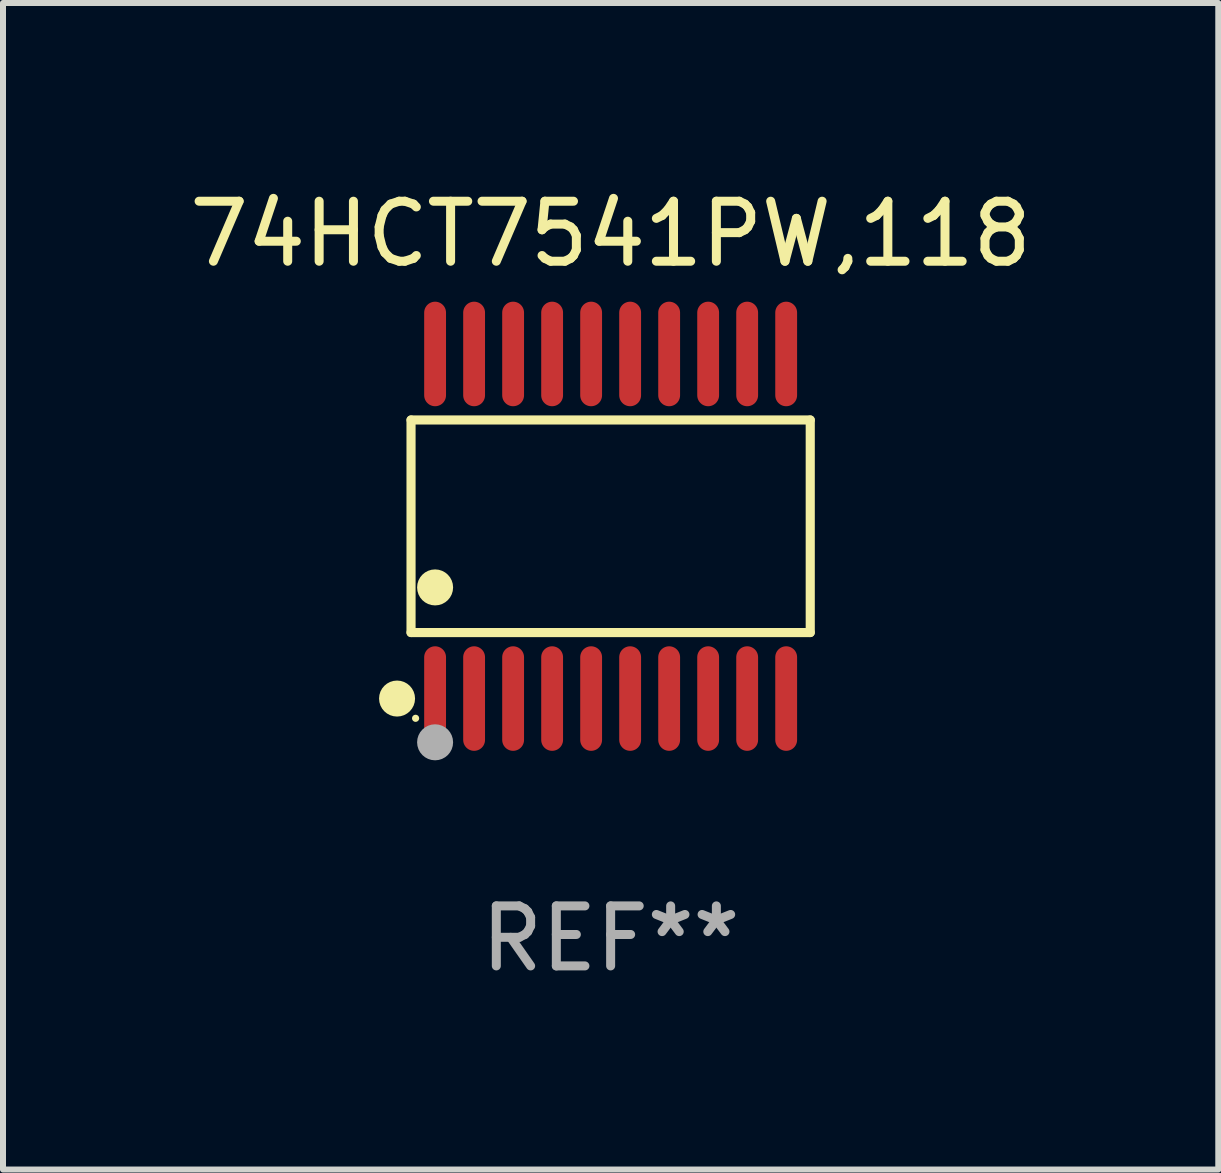
<source format=kicad_pcb>
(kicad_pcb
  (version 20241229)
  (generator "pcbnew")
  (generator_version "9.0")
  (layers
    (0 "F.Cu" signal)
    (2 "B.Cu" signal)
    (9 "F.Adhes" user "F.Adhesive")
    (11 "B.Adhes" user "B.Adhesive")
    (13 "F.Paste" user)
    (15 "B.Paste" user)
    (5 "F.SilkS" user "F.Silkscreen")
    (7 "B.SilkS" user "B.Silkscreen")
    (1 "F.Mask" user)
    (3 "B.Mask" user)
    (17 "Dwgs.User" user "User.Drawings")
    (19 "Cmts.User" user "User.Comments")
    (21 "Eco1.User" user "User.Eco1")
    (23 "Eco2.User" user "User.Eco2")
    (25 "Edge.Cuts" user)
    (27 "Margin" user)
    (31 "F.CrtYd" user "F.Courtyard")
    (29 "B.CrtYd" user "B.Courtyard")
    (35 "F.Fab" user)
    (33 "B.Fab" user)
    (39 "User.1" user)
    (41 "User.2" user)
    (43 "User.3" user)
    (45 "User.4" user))
  (footprint "74HCT7541PW,118"
    (layer "F.Cu")
    (at 7.125 5.719)
    (property "Reference" "74HCT7541PW,118" (at 0 -4.871 0) (layer "F.SilkS") (effects (font (size 1 1) (thickness 0.15))))
    (attr through_hole)
    (fp_line (start -3.326 -1.771) (end 3.326 -1.771) (stroke (width 0.152) (type solid)) (layer "F.SilkS"))
    (fp_line (start -3.326 1.771) (end -3.326 -1.771) (stroke (width 0.152) (type solid)) (layer "F.SilkS"))
    (fp_line (start 3.326 -1.771) (end 3.326 1.771) (stroke (width 0.152) (type solid)) (layer "F.SilkS"))
    (fp_line (start 3.326 1.771) (end -3.326 1.771) (stroke (width 0.152) (type solid)) (layer "F.SilkS"))
    (fp_circle (center -3.559 2.871) (end -3.409 2.871) (stroke (width 0.3) (type solid)) (fill no) (layer "F.SilkS"))
    (fp_circle (center -3.25 3.2) (end -3.22 3.2) (stroke (width 0.06) (type solid)) (fill no) (layer "F.SilkS"))
    (fp_circle (center -2.925 1.019) (end -2.775 1.019) (stroke (width 0.3) (type solid)) (fill no) (layer "F.SilkS"))
    (fp_circle (center -2.925 3.6) (end -2.775 3.6) (stroke (width 0.3) (type solid)) (fill no) (layer "F.Fab"))
    (fp_text user "REF**" (at 0 6.871 0) (layer "F.Fab") (effects (font (size 1 1) (thickness 0.15))))
    (pad "1" smd oval (at -2.925 2.871) (size 0.364 1.742) (layers "F.Cu" "F.Mask" "F.Paste"))
    (pad "2" smd oval (at -2.275 2.871) (size 0.364 1.742) (layers "F.Cu" "F.Mask" "F.Paste"))
    (pad "3" smd oval (at -1.625 2.871) (size 0.364 1.742) (layers "F.Cu" "F.Mask" "F.Paste"))
    (pad "4" smd oval (at -0.975 2.871) (size 0.364 1.742) (layers "F.Cu" "F.Mask" "F.Paste"))
    (pad "5" smd oval (at -0.325 2.871) (size 0.364 1.742) (layers "F.Cu" "F.Mask" "F.Paste"))
    (pad "6" smd oval (at 0.325 2.871) (size 0.364 1.742) (layers "F.Cu" "F.Mask" "F.Paste"))
    (pad "7" smd oval (at 0.975 2.871) (size 0.364 1.742) (layers "F.Cu" "F.Mask" "F.Paste"))
    (pad "8" smd oval (at 1.625 2.871) (size 0.364 1.742) (layers "F.Cu" "F.Mask" "F.Paste"))
    (pad "9" smd oval (at 2.275 2.871) (size 0.364 1.742) (layers "F.Cu" "F.Mask" "F.Paste"))
    (pad "10" smd oval (at 2.925 2.871) (size 0.364 1.742) (layers "F.Cu" "F.Mask" "F.Paste"))
    (pad "11" smd oval (at 2.925 -2.871) (size 0.364 1.742) (layers "F.Cu" "F.Mask" "F.Paste"))
    (pad "12" smd oval (at 2.275 -2.871) (size 0.364 1.742) (layers "F.Cu" "F.Mask" "F.Paste"))
    (pad "13" smd oval (at 1.625 -2.871) (size 0.364 1.742) (layers "F.Cu" "F.Mask" "F.Paste"))
    (pad "14" smd oval (at 0.975 -2.871) (size 0.364 1.742) (layers "F.Cu" "F.Mask" "F.Paste"))
    (pad "15" smd oval (at 0.325 -2.871) (size 0.364 1.742) (layers "F.Cu" "F.Mask" "F.Paste"))
    (pad "16" smd oval (at -0.325 -2.871) (size 0.364 1.742) (layers "F.Cu" "F.Mask" "F.Paste"))
    (pad "17" smd oval (at -0.975 -2.871) (size 0.364 1.742) (layers "F.Cu" "F.Mask" "F.Paste"))
    (pad "18" smd oval (at -1.625 -2.871) (size 0.364 1.742) (layers "F.Cu" "F.Mask" "F.Paste"))
    (pad "19" smd oval (at -2.275 -2.871) (size 0.364 1.742) (layers "F.Cu" "F.Mask" "F.Paste"))
    (pad "20" smd oval (at -2.925 -2.871) (size 0.364 1.742) (layers "F.Cu" "F.Mask" "F.Paste")))
  (gr_rect
    (start -3 -3)
    (end 17.25 16.438)
    (stroke (width 0.1) (type default))
    (fill no)
    (layer "Edge.Cuts")))
</source>
